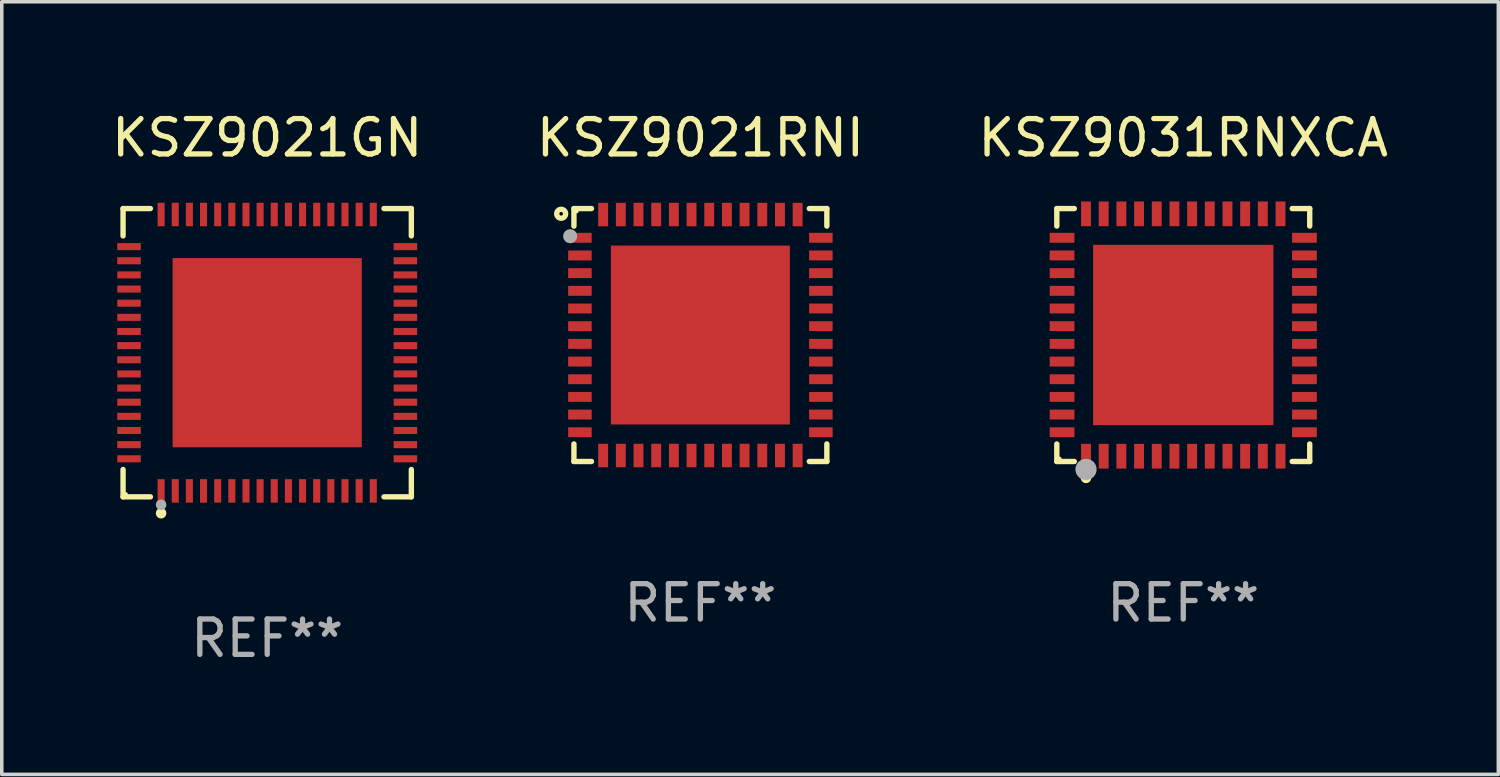
<source format=kicad_pcb>
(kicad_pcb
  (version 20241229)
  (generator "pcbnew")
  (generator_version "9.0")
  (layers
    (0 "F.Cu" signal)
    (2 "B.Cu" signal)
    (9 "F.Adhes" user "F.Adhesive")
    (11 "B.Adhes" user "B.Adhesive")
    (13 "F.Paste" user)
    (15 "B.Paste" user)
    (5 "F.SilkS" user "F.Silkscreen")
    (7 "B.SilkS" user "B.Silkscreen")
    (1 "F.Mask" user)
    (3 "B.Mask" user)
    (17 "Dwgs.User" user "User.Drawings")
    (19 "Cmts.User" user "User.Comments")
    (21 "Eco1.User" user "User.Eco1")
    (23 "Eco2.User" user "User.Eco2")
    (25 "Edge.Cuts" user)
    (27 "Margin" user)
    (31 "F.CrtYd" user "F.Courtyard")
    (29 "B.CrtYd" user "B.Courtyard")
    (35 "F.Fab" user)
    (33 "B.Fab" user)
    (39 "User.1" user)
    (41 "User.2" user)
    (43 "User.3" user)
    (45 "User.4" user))
  (footprint "KSZ9021RNI"
    (layer "F.Cu")
    (at 16.756 6.424)
    (property "Reference" "KSZ9021RNI" (at 0 -5.576 0) (layer "F.SilkS") (effects (font (size 1 1) (thickness 0.15))))
    (attr through_hole)
    (fp_line (start -3.576 -3.576) (end -3.576 -3.08) (stroke (width 0.152) (type solid)) (layer "F.SilkS"))
    (fp_line (start -3.576 3.576) (end -3.576 3.08) (stroke (width 0.152) (type solid)) (layer "F.SilkS"))
    (fp_line (start -3.08 -3.576) (end -3.576 -3.576) (stroke (width 0.152) (type solid)) (layer "F.SilkS"))
    (fp_line (start -3.08 3.576) (end -3.576 3.576) (stroke (width 0.152) (type solid)) (layer "F.SilkS"))
    (fp_line (start 3.08 -3.576) (end 3.576 -3.576) (stroke (width 0.152) (type solid)) (layer "F.SilkS"))
    (fp_line (start 3.08 3.576) (end 3.576 3.576) (stroke (width 0.152) (type solid)) (layer "F.SilkS"))
    (fp_line (start 3.576 -3.576) (end 3.576 -3.08) (stroke (width 0.152) (type solid)) (layer "F.SilkS"))
    (fp_line (start 3.576 3.576) (end 3.576 3.08) (stroke (width 0.152) (type solid)) (layer "F.SilkS"))
    (fp_circle (center -3.937 -3.429) (end -3.81 -3.429) (stroke (width 0.15) (type solid)) (fill no) (layer "F.SilkS"))
    (fp_circle (center -3.5 -3.5) (end -3.47 -3.5) (stroke (width 0.06) (type solid)) (fill no) (layer "F.SilkS"))
    (fp_circle (center -3.683 -2.794) (end -3.583 -2.794) (stroke (width 0.2) (type solid)) (fill no) (layer "F.Fab"))
    (fp_text user "REF**" (at 0 7.576 0) (layer "F.Fab") (effects (font (size 1 1) (thickness 0.15))))
    (pad "1" smd rect (at -3.407 -2.75) (size 0.665 0.28) (layers "F.Cu" "F.Mask" "F.Paste"))
    (pad "2" smd rect (at -3.407 -2.25) (size 0.665 0.28) (layers "F.Cu" "F.Mask" "F.Paste"))
    (pad "3" smd rect (at -3.407 -1.75) (size 0.665 0.28) (layers "F.Cu" "F.Mask" "F.Paste"))
    (pad "4" smd rect (at -3.407 -1.25) (size 0.665 0.28) (layers "F.Cu" "F.Mask" "F.Paste"))
    (pad "5" smd rect (at -3.407 -0.75) (size 0.665 0.28) (layers "F.Cu" "F.Mask" "F.Paste"))
    (pad "6" smd rect (at -3.407 -0.25) (size 0.665 0.28) (layers "F.Cu" "F.Mask" "F.Paste"))
    (pad "7" smd rect (at -3.407 0.25) (size 0.665 0.28) (layers "F.Cu" "F.Mask" "F.Paste"))
    (pad "8" smd rect (at -3.407 0.75) (size 0.665 0.28) (layers "F.Cu" "F.Mask" "F.Paste"))
    (pad "9" smd rect (at -3.407 1.25) (size 0.665 0.28) (layers "F.Cu" "F.Mask" "F.Paste"))
    (pad "10" smd rect (at -3.407 1.75) (size 0.665 0.28) (layers "F.Cu" "F.Mask" "F.Paste"))
    (pad "11" smd rect (at -3.407 2.25) (size 0.665 0.28) (layers "F.Cu" "F.Mask" "F.Paste"))
    (pad "12" smd rect (at -3.407 2.75) (size 0.665 0.28) (layers "F.Cu" "F.Mask" "F.Paste"))
    (pad "13" smd rect (at -2.75 3.407) (size 0.28 0.665) (layers "F.Cu" "F.Mask" "F.Paste"))
    (pad "14" smd rect (at -2.25 3.407) (size 0.28 0.665) (layers "F.Cu" "F.Mask" "F.Paste"))
    (pad "15" smd rect (at -1.75 3.407) (size 0.28 0.665) (layers "F.Cu" "F.Mask" "F.Paste"))
    (pad "16" smd rect (at -1.25 3.407) (size 0.28 0.665) (layers "F.Cu" "F.Mask" "F.Paste"))
    (pad "17" smd rect (at -0.75 3.407) (size 0.28 0.665) (layers "F.Cu" "F.Mask" "F.Paste"))
    (pad "18" smd rect (at -0.25 3.407) (size 0.28 0.665) (layers "F.Cu" "F.Mask" "F.Paste"))
    (pad "19" smd rect (at 0.25 3.407) (size 0.28 0.665) (layers "F.Cu" "F.Mask" "F.Paste"))
    (pad "20" smd rect (at 0.75 3.407) (size 0.28 0.665) (layers "F.Cu" "F.Mask" "F.Paste"))
    (pad "21" smd rect (at 1.25 3.407) (size 0.28 0.665) (layers "F.Cu" "F.Mask" "F.Paste"))
    (pad "22" smd rect (at 1.75 3.407) (size 0.28 0.665) (layers "F.Cu" "F.Mask" "F.Paste"))
    (pad "23" smd rect (at 2.25 3.407) (size 0.28 0.665) (layers "F.Cu" "F.Mask" "F.Paste"))
    (pad "24" smd rect (at 2.75 3.407) (size 0.28 0.665) (layers "F.Cu" "F.Mask" "F.Paste"))
    (pad "25" smd rect (at 3.407 2.75) (size 0.665 0.28) (layers "F.Cu" "F.Mask" "F.Paste"))
    (pad "26" smd rect (at 3.407 2.25) (size 0.665 0.28) (layers "F.Cu" "F.Mask" "F.Paste"))
    (pad "27" smd rect (at 3.407 1.75) (size 0.665 0.28) (layers "F.Cu" "F.Mask" "F.Paste"))
    (pad "28" smd rect (at 3.407 1.25) (size 0.665 0.28) (layers "F.Cu" "F.Mask" "F.Paste"))
    (pad "29" smd rect (at 3.407 0.75) (size 0.665 0.28) (layers "F.Cu" "F.Mask" "F.Paste"))
    (pad "30" smd rect (at 3.407 0.25) (size 0.665 0.28) (layers "F.Cu" "F.Mask" "F.Paste"))
    (pad "31" smd rect (at 3.407 -0.25) (size 0.665 0.28) (layers "F.Cu" "F.Mask" "F.Paste"))
    (pad "32" smd rect (at 3.407 -0.75) (size 0.665 0.28) (layers "F.Cu" "F.Mask" "F.Paste"))
    (pad "33" smd rect (at 3.407 -1.25) (size 0.665 0.28) (layers "F.Cu" "F.Mask" "F.Paste"))
    (pad "34" smd rect (at 3.407 -1.75) (size 0.665 0.28) (layers "F.Cu" "F.Mask" "F.Paste"))
    (pad "35" smd rect (at 3.407 -2.25) (size 0.665 0.28) (layers "F.Cu" "F.Mask" "F.Paste"))
    (pad "36" smd rect (at 3.407 -2.75) (size 0.665 0.28) (layers "F.Cu" "F.Mask" "F.Paste"))
    (pad "37" smd rect (at 2.75 -3.407) (size 0.28 0.665) (layers "F.Cu" "F.Mask" "F.Paste"))
    (pad "38" smd rect (at 2.25 -3.407) (size 0.28 0.665) (layers "F.Cu" "F.Mask" "F.Paste"))
    (pad "39" smd rect (at 1.75 -3.407) (size 0.28 0.665) (layers "F.Cu" "F.Mask" "F.Paste"))
    (pad "40" smd rect (at 1.25 -3.407) (size 0.28 0.665) (layers "F.Cu" "F.Mask" "F.Paste"))
    (pad "41" smd rect (at 0.75 -3.407) (size 0.28 0.665) (layers "F.Cu" "F.Mask" "F.Paste"))
    (pad "42" smd rect (at 0.25 -3.407) (size 0.28 0.665) (layers "F.Cu" "F.Mask" "F.Paste"))
    (pad "43" smd rect (at -0.25 -3.407) (size 0.28 0.665) (layers "F.Cu" "F.Mask" "F.Paste"))
    (pad "44" smd rect (at -0.75 -3.407) (size 0.28 0.665) (layers "F.Cu" "F.Mask" "F.Paste"))
    (pad "45" smd rect (at -1.25 -3.407) (size 0.28 0.665) (layers "F.Cu" "F.Mask" "F.Paste"))
    (pad "46" smd rect (at -1.75 -3.407) (size 0.28 0.665) (layers "F.Cu" "F.Mask" "F.Paste"))
    (pad "47" smd rect (at -2.25 -3.407) (size 0.28 0.665) (layers "F.Cu" "F.Mask" "F.Paste"))
    (pad "48" smd rect (at -2.75 -3.407) (size 0.28 0.665) (layers "F.Cu" "F.Mask" "F.Paste"))
    (pad "49" smd rect (at 0 0) (size 5.06 5.06) (layers "F.Cu" "F.Mask" "F.Paste")))
  (footprint "KSZ9021GN"
    (layer "F.Cu")
    (at 4.506 6.924)
    (property "Reference" "KSZ9021GN" (at 0 -6.076 0) (layer "F.SilkS") (effects (font (size 1 1) (thickness 0.15))))
    (attr through_hole)
    (fp_line (start -4.076 -4.076) (end -3.303 -4.076) (stroke (width 0.152) (type solid)) (layer "F.SilkS"))
    (fp_line (start -4.076 -3.303) (end -4.076 -4.076) (stroke (width 0.152) (type solid)) (layer "F.SilkS"))
    (fp_line (start -4.076 3.303) (end -4.076 4.076) (stroke (width 0.152) (type solid)) (layer "F.SilkS"))
    (fp_line (start -4.076 4.076) (end -3.303 4.076) (stroke (width 0.152) (type solid)) (layer "F.SilkS"))
    (fp_line (start 4.076 -4.076) (end 3.303 -4.076) (stroke (width 0.152) (type solid)) (layer "F.SilkS"))
    (fp_line (start 4.076 -3.303) (end 4.076 -4.076) (stroke (width 0.152) (type solid)) (layer "F.SilkS"))
    (fp_line (start 4.076 3.303) (end 4.076 4.076) (stroke (width 0.152) (type solid)) (layer "F.SilkS"))
    (fp_line (start 4.076 4.076) (end 3.303 4.076) (stroke (width 0.152) (type solid)) (layer "F.SilkS"))
    (fp_circle (center -4 4) (end -3.97 4) (stroke (width 0.06) (type solid)) (fill no) (layer "F.SilkS"))
    (fp_circle (center -3 4.54) (end -2.925 4.54) (stroke (width 0.15) (type solid)) (fill no) (layer "F.SilkS"))
    (fp_circle (center -3 4.3) (end -2.925 4.3) (stroke (width 0.15) (type solid)) (fill no) (layer "F.Fab"))
    (fp_text user "REF**" (at 0 8.076 0) (layer "F.Fab") (effects (font (size 1 1) (thickness 0.15))))
    (pad "1" smd rect (at -3 3.908) (size 0.2 0.665) (layers "F.Cu" "F.Mask" "F.Paste"))
    (pad "2" smd rect (at -2.6 3.908) (size 0.2 0.665) (layers "F.Cu" "F.Mask" "F.Paste"))
    (pad "3" smd rect (at -2.2 3.908) (size 0.2 0.665) (layers "F.Cu" "F.Mask" "F.Paste"))
    (pad "4" smd rect (at -1.8 3.908) (size 0.2 0.665) (layers "F.Cu" "F.Mask" "F.Paste"))
    (pad "5" smd rect (at -1.4 3.908) (size 0.2 0.665) (layers "F.Cu" "F.Mask" "F.Paste"))
    (pad "6" smd rect (at -1 3.908) (size 0.2 0.665) (layers "F.Cu" "F.Mask" "F.Paste"))
    (pad "7" smd rect (at -0.6 3.908) (size 0.2 0.665) (layers "F.Cu" "F.Mask" "F.Paste"))
    (pad "8" smd rect (at -0.2 3.908) (size 0.2 0.665) (layers "F.Cu" "F.Mask" "F.Paste"))
    (pad "9" smd rect (at 0.2 3.908) (size 0.2 0.665) (layers "F.Cu" "F.Mask" "F.Paste"))
    (pad "10" smd rect (at 0.6 3.908) (size 0.2 0.665) (layers "F.Cu" "F.Mask" "F.Paste"))
    (pad "11" smd rect (at 1 3.908) (size 0.2 0.665) (layers "F.Cu" "F.Mask" "F.Paste"))
    (pad "12" smd rect (at 1.4 3.908) (size 0.2 0.665) (layers "F.Cu" "F.Mask" "F.Paste"))
    (pad "13" smd rect (at 1.8 3.908) (size 0.2 0.665) (layers "F.Cu" "F.Mask" "F.Paste"))
    (pad "14" smd rect (at 2.2 3.908) (size 0.2 0.665) (layers "F.Cu" "F.Mask" "F.Paste"))
    (pad "15" smd rect (at 2.6 3.908) (size 0.2 0.665) (layers "F.Cu" "F.Mask" "F.Paste"))
    (pad "16" smd rect (at 3 3.908) (size 0.2 0.665) (layers "F.Cu" "F.Mask" "F.Paste"))
    (pad "17" smd rect (at 3.908 3) (size 0.665 0.2) (layers "F.Cu" "F.Mask" "F.Paste"))
    (pad "18" smd rect (at 3.908 2.6) (size 0.665 0.2) (layers "F.Cu" "F.Mask" "F.Paste"))
    (pad "19" smd rect (at 3.908 2.2) (size 0.665 0.2) (layers "F.Cu" "F.Mask" "F.Paste"))
    (pad "20" smd rect (at 3.908 1.8) (size 0.665 0.2) (layers "F.Cu" "F.Mask" "F.Paste"))
    (pad "21" smd rect (at 3.908 1.4) (size 0.665 0.2) (layers "F.Cu" "F.Mask" "F.Paste"))
    (pad "22" smd rect (at 3.908 1) (size 0.665 0.2) (layers "F.Cu" "F.Mask" "F.Paste"))
    (pad "23" smd rect (at 3.908 0.6) (size 0.665 0.2) (layers "F.Cu" "F.Mask" "F.Paste"))
    (pad "24" smd rect (at 3.908 0.2) (size 0.665 0.2) (layers "F.Cu" "F.Mask" "F.Paste"))
    (pad "25" smd rect (at 3.908 -0.2) (size 0.665 0.2) (layers "F.Cu" "F.Mask" "F.Paste"))
    (pad "26" smd rect (at 3.908 -0.6) (size 0.665 0.2) (layers "F.Cu" "F.Mask" "F.Paste"))
    (pad "27" smd rect (at 3.908 -1) (size 0.665 0.2) (layers "F.Cu" "F.Mask" "F.Paste"))
    (pad "28" smd rect (at 3.908 -1.4) (size 0.665 0.2) (layers "F.Cu" "F.Mask" "F.Paste"))
    (pad "29" smd rect (at 3.908 -1.8) (size 0.665 0.2) (layers "F.Cu" "F.Mask" "F.Paste"))
    (pad "30" smd rect (at 3.908 -2.2) (size 0.665 0.2) (layers "F.Cu" "F.Mask" "F.Paste"))
    (pad "31" smd rect (at 3.908 -2.6) (size 0.665 0.2) (layers "F.Cu" "F.Mask" "F.Paste"))
    (pad "32" smd rect (at 3.908 -3) (size 0.665 0.2) (layers "F.Cu" "F.Mask" "F.Paste"))
    (pad "33" smd rect (at 3 -3.908) (size 0.2 0.665) (layers "F.Cu" "F.Mask" "F.Paste"))
    (pad "34" smd rect (at 2.6 -3.908) (size 0.2 0.665) (layers "F.Cu" "F.Mask" "F.Paste"))
    (pad "35" smd rect (at 2.2 -3.908) (size 0.2 0.665) (layers "F.Cu" "F.Mask" "F.Paste"))
    (pad "36" smd rect (at 1.8 -3.908) (size 0.2 0.665) (layers "F.Cu" "F.Mask" "F.Paste"))
    (pad "37" smd rect (at 1.4 -3.908) (size 0.2 0.665) (layers "F.Cu" "F.Mask" "F.Paste"))
    (pad "38" smd rect (at 1 -3.908) (size 0.2 0.665) (layers "F.Cu" "F.Mask" "F.Paste"))
    (pad "39" smd rect (at 0.6 -3.908) (size 0.2 0.665) (layers "F.Cu" "F.Mask" "F.Paste"))
    (pad "40" smd rect (at 0.2 -3.908) (size 0.2 0.665) (layers "F.Cu" "F.Mask" "F.Paste"))
    (pad "41" smd rect (at -0.2 -3.908) (size 0.2 0.665) (layers "F.Cu" "F.Mask" "F.Paste"))
    (pad "42" smd rect (at -0.6 -3.908) (size 0.2 0.665) (layers "F.Cu" "F.Mask" "F.Paste"))
    (pad "43" smd rect (at -1 -3.908) (size 0.2 0.665) (layers "F.Cu" "F.Mask" "F.Paste"))
    (pad "44" smd rect (at -1.4 -3.908) (size 0.2 0.665) (layers "F.Cu" "F.Mask" "F.Paste"))
    (pad "45" smd rect (at -1.8 -3.908) (size 0.2 0.665) (layers "F.Cu" "F.Mask" "F.Paste"))
    (pad "46" smd rect (at -2.2 -3.908) (size 0.2 0.665) (layers "F.Cu" "F.Mask" "F.Paste"))
    (pad "47" smd rect (at -2.6 -3.908) (size 0.2 0.665) (layers "F.Cu" "F.Mask" "F.Paste"))
    (pad "48" smd rect (at -3 -3.908) (size 0.2 0.665) (layers "F.Cu" "F.Mask" "F.Paste"))
    (pad "49" smd rect (at -3.908 -3) (size 0.665 0.2) (layers "F.Cu" "F.Mask" "F.Paste"))
    (pad "50" smd rect (at -3.908 -2.6) (size 0.665 0.2) (layers "F.Cu" "F.Mask" "F.Paste"))
    (pad "51" smd rect (at -3.908 -2.2) (size 0.665 0.2) (layers "F.Cu" "F.Mask" "F.Paste"))
    (pad "52" smd rect (at -3.908 -1.8) (size 0.665 0.2) (layers "F.Cu" "F.Mask" "F.Paste"))
    (pad "53" smd rect (at -3.908 -1.4) (size 0.665 0.2) (layers "F.Cu" "F.Mask" "F.Paste"))
    (pad "54" smd rect (at -3.908 -1) (size 0.665 0.2) (layers "F.Cu" "F.Mask" "F.Paste"))
    (pad "55" smd rect (at -3.908 -0.6) (size 0.665 0.2) (layers "F.Cu" "F.Mask" "F.Paste"))
    (pad "56" smd rect (at -3.908 -0.2) (size 0.665 0.2) (layers "F.Cu" "F.Mask" "F.Paste"))
    (pad "57" smd rect (at -3.908 0.2) (size 0.665 0.2) (layers "F.Cu" "F.Mask" "F.Paste"))
    (pad "58" smd rect (at -3.908 0.6) (size 0.665 0.2) (layers "F.Cu" "F.Mask" "F.Paste"))
    (pad "59" smd rect (at -3.908 1) (size 0.665 0.2) (layers "F.Cu" "F.Mask" "F.Paste"))
    (pad "60" smd rect (at -3.908 1.4) (size 0.665 0.2) (layers "F.Cu" "F.Mask" "F.Paste"))
    (pad "61" smd rect (at -3.908 1.8) (size 0.665 0.2) (layers "F.Cu" "F.Mask" "F.Paste"))
    (pad "62" smd rect (at -3.908 2.2) (size 0.665 0.2) (layers "F.Cu" "F.Mask" "F.Paste"))
    (pad "63" smd rect (at -3.908 2.6) (size 0.665 0.2) (layers "F.Cu" "F.Mask" "F.Paste"))
    (pad "64" smd rect (at -3.908 3) (size 0.665 0.2) (layers "F.Cu" "F.Mask" "F.Paste"))
    (pad "65" smd rect (at 0 0) (size 5.35 5.35) (layers "F.Cu" "F.Mask" "F.Paste")))
  (footprint "KSZ9031RNXCA"
    (layer "F.Cu")
    (at 30.411 6.424)
    (property "Reference" "KSZ9031RNXCA" (at 0 -5.576 0) (layer "F.SilkS") (effects (font (size 1 1) (thickness 0.15))))
    (attr through_hole)
    (fp_line (start -3.576 -3.576) (end -3.081 -3.576) (stroke (width 0.152) (type solid)) (layer "F.SilkS"))
    (fp_line (start -3.576 -3.081) (end -3.576 -3.576) (stroke (width 0.152) (type solid)) (layer "F.SilkS"))
    (fp_line (start -3.576 3.081) (end -3.576 3.576) (stroke (width 0.152) (type solid)) (layer "F.SilkS"))
    (fp_line (start -3.576 3.576) (end -3.081 3.576) (stroke (width 0.152) (type solid)) (layer "F.SilkS"))
    (fp_line (start 3.576 -3.576) (end 3.081 -3.576) (stroke (width 0.152) (type solid)) (layer "F.SilkS"))
    (fp_line (start 3.576 -3.081) (end 3.576 -3.576) (stroke (width 0.152) (type solid)) (layer "F.SilkS"))
    (fp_line (start 3.576 3.081) (end 3.576 3.576) (stroke (width 0.152) (type solid)) (layer "F.SilkS"))
    (fp_line (start 3.576 3.576) (end 3.081 3.576) (stroke (width 0.152) (type solid)) (layer "F.SilkS"))
    (fp_circle (center -3.5 3.5) (end -3.47 3.5) (stroke (width 0.06) (type solid)) (fill no) (layer "F.SilkS"))
    (fp_circle (center -2.75 4.04) (end -2.675 4.04) (stroke (width 0.15) (type solid)) (fill no) (layer "F.SilkS"))
    (fp_circle (center -2.75 3.8) (end -2.6 3.8) (stroke (width 0.3) (type solid)) (fill no) (layer "F.Fab"))
    (fp_text user "REF**" (at 0 7.576 0) (layer "F.Fab") (effects (font (size 1 1) (thickness 0.15))))
    (pad "1" smd rect (at -2.75 3.427) (size 0.28 0.7) (layers "F.Cu" "F.Mask" "F.Paste"))
    (pad "2" smd rect (at -2.25 3.427) (size 0.28 0.7) (layers "F.Cu" "F.Mask" "F.Paste"))
    (pad "3" smd rect (at -1.75 3.427) (size 0.28 0.7) (layers "F.Cu" "F.Mask" "F.Paste"))
    (pad "4" smd rect (at -1.25 3.427) (size 0.28 0.7) (layers "F.Cu" "F.Mask" "F.Paste"))
    (pad "5" smd rect (at -0.75 3.427) (size 0.28 0.7) (layers "F.Cu" "F.Mask" "F.Paste"))
    (pad "6" smd rect (at -0.25 3.427) (size 0.28 0.7) (layers "F.Cu" "F.Mask" "F.Paste"))
    (pad "7" smd rect (at 0.25 3.427) (size 0.28 0.7) (layers "F.Cu" "F.Mask" "F.Paste"))
    (pad "8" smd rect (at 0.75 3.427) (size 0.28 0.7) (layers "F.Cu" "F.Mask" "F.Paste"))
    (pad "9" smd rect (at 1.25 3.427) (size 0.28 0.7) (layers "F.Cu" "F.Mask" "F.Paste"))
    (pad "10" smd rect (at 1.75 3.427) (size 0.28 0.7) (layers "F.Cu" "F.Mask" "F.Paste"))
    (pad "11" smd rect (at 2.25 3.427) (size 0.28 0.7) (layers "F.Cu" "F.Mask" "F.Paste"))
    (pad "12" smd rect (at 2.75 3.427) (size 0.28 0.7) (layers "F.Cu" "F.Mask" "F.Paste"))
    (pad "13" smd rect (at 3.427 2.75) (size 0.7 0.28) (layers "F.Cu" "F.Mask" "F.Paste"))
    (pad "14" smd rect (at 3.427 2.25) (size 0.7 0.28) (layers "F.Cu" "F.Mask" "F.Paste"))
    (pad "15" smd rect (at 3.427 1.75) (size 0.7 0.28) (layers "F.Cu" "F.Mask" "F.Paste"))
    (pad "16" smd rect (at 3.427 1.25) (size 0.7 0.28) (layers "F.Cu" "F.Mask" "F.Paste"))
    (pad "17" smd rect (at 3.427 0.75) (size 0.7 0.28) (layers "F.Cu" "F.Mask" "F.Paste"))
    (pad "18" smd rect (at 3.427 0.25) (size 0.7 0.28) (layers "F.Cu" "F.Mask" "F.Paste"))
    (pad "19" smd rect (at 3.427 -0.25) (size 0.7 0.28) (layers "F.Cu" "F.Mask" "F.Paste"))
    (pad "20" smd rect (at 3.427 -0.75) (size 0.7 0.28) (layers "F.Cu" "F.Mask" "F.Paste"))
    (pad "21" smd rect (at 3.427 -1.25) (size 0.7 0.28) (layers "F.Cu" "F.Mask" "F.Paste"))
    (pad "22" smd rect (at 3.427 -1.75) (size 0.7 0.28) (layers "F.Cu" "F.Mask" "F.Paste"))
    (pad "23" smd rect (at 3.427 -2.25) (size 0.7 0.28) (layers "F.Cu" "F.Mask" "F.Paste"))
    (pad "24" smd rect (at 3.427 -2.75) (size 0.7 0.28) (layers "F.Cu" "F.Mask" "F.Paste"))
    (pad "25" smd rect (at 2.75 -3.427) (size 0.28 0.7) (layers "F.Cu" "F.Mask" "F.Paste"))
    (pad "26" smd rect (at 2.25 -3.427) (size 0.28 0.7) (layers "F.Cu" "F.Mask" "F.Paste"))
    (pad "27" smd rect (at 1.75 -3.427) (size 0.28 0.7) (layers "F.Cu" "F.Mask" "F.Paste"))
    (pad "28" smd rect (at 1.25 -3.427) (size 0.28 0.7) (layers "F.Cu" "F.Mask" "F.Paste"))
    (pad "29" smd rect (at 0.75 -3.427) (size 0.28 0.7) (layers "F.Cu" "F.Mask" "F.Paste"))
    (pad "30" smd rect (at 0.25 -3.427) (size 0.28 0.7) (layers "F.Cu" "F.Mask" "F.Paste"))
    (pad "31" smd rect (at -0.25 -3.427) (size 0.28 0.7) (layers "F.Cu" "F.Mask" "F.Paste"))
    (pad "32" smd rect (at -0.75 -3.427) (size 0.28 0.7) (layers "F.Cu" "F.Mask" "F.Paste"))
    (pad "33" smd rect (at -1.25 -3.427) (size 0.28 0.7) (layers "F.Cu" "F.Mask" "F.Paste"))
    (pad "34" smd rect (at -1.75 -3.427) (size 0.28 0.7) (layers "F.Cu" "F.Mask" "F.Paste"))
    (pad "35" smd rect (at -2.25 -3.427) (size 0.28 0.7) (layers "F.Cu" "F.Mask" "F.Paste"))
    (pad "36" smd rect (at -2.75 -3.427) (size 0.28 0.7) (layers "F.Cu" "F.Mask" "F.Paste"))
    (pad "37" smd rect (at -3.427 -2.75) (size 0.7 0.28) (layers "F.Cu" "F.Mask" "F.Paste"))
    (pad "38" smd rect (at -3.427 -2.25) (size 0.7 0.28) (layers "F.Cu" "F.Mask" "F.Paste"))
    (pad "39" smd rect (at -3.427 -1.75) (size 0.7 0.28) (layers "F.Cu" "F.Mask" "F.Paste"))
    (pad "40" smd rect (at -3.427 -1.25) (size 0.7 0.28) (layers "F.Cu" "F.Mask" "F.Paste"))
    (pad "41" smd rect (at -3.427 -0.75) (size 0.7 0.28) (layers "F.Cu" "F.Mask" "F.Paste"))
    (pad "42" smd rect (at -3.427 -0.25) (size 0.7 0.28) (layers "F.Cu" "F.Mask" "F.Paste"))
    (pad "43" smd rect (at -3.427 0.25) (size 0.7 0.28) (layers "F.Cu" "F.Mask" "F.Paste"))
    (pad "44" smd rect (at -3.427 0.75) (size 0.7 0.28) (layers "F.Cu" "F.Mask" "F.Paste"))
    (pad "45" smd rect (at -3.427 1.25) (size 0.7 0.28) (layers "F.Cu" "F.Mask" "F.Paste"))
    (pad "46" smd rect (at -3.427 1.75) (size 0.7 0.28) (layers "F.Cu" "F.Mask" "F.Paste"))
    (pad "47" smd rect (at -3.427 2.25) (size 0.7 0.28) (layers "F.Cu" "F.Mask" "F.Paste"))
    (pad "48" smd rect (at -3.427 2.75) (size 0.7 0.28) (layers "F.Cu" "F.Mask" "F.Paste"))
    (pad "49" smd rect (at 0 0) (size 5.1 5.1) (layers "F.Cu" "F.Mask" "F.Paste")))
  (gr_rect
    (start -3 -3)
    (end 39.321 18.849)
    (stroke (width 0.1) (type default))
    (fill no)
    (layer "Edge.Cuts")))
</source>
